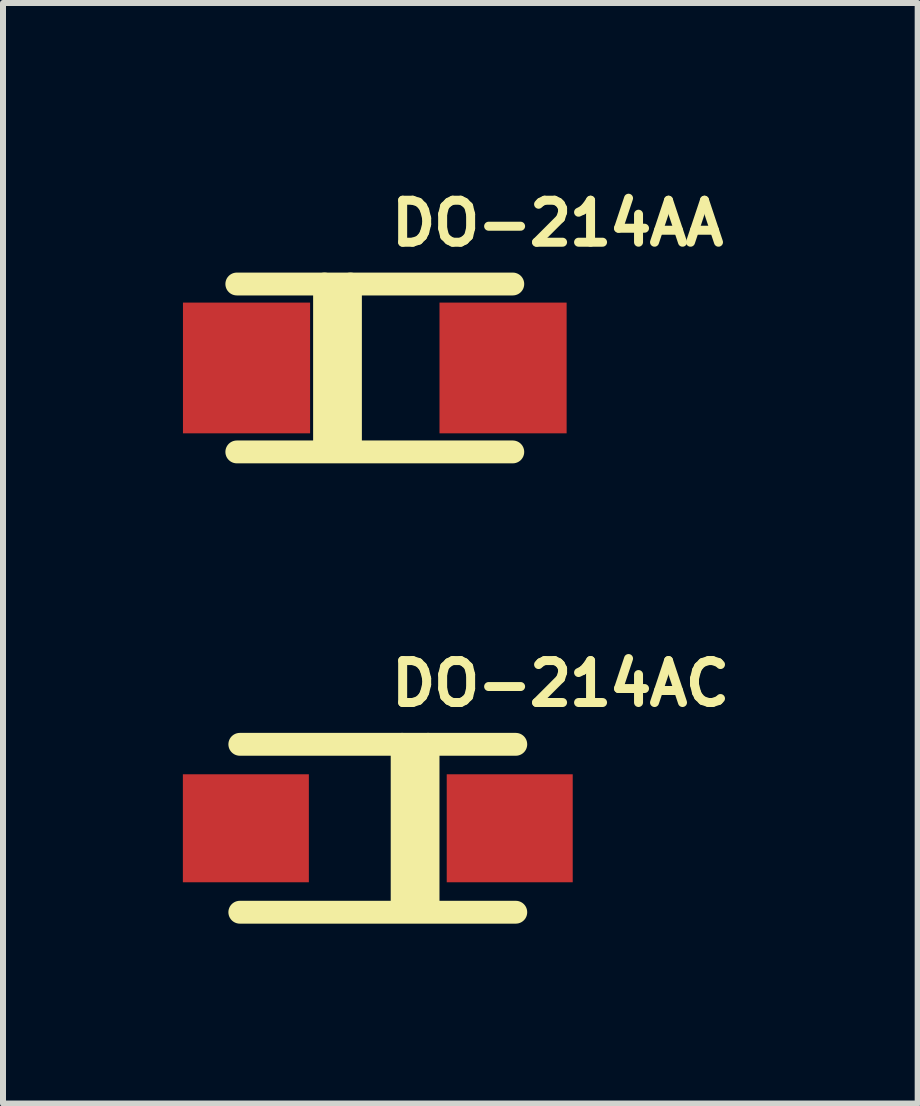
<source format=kicad_pcb>
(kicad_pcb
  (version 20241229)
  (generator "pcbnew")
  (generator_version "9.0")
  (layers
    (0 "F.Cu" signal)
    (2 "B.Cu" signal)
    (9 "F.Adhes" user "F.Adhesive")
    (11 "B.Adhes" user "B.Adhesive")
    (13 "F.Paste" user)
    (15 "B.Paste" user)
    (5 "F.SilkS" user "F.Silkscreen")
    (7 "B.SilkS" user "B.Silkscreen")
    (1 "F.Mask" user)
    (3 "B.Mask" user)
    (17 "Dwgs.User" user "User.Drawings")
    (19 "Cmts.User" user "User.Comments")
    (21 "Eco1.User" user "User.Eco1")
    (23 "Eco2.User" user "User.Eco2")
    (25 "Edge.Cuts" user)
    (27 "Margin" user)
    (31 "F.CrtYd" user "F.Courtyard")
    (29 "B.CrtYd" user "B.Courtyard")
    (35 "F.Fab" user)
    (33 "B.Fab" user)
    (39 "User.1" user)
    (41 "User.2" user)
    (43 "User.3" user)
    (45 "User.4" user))
  (footprint "DO-214AC"
    (layer "F.Cu")
    (at 3.25 10.762)
    (property "Reference" "DO-214AC" (at 3.048 -2.413 0) (layer "F.SilkS") (effects (font (size 0.7 0.7) (thickness 0.15))))
    (attr through_hole)
    (fp_line (start -2.301 1.4) (end 2.301 1.4) (stroke (width 0.381) (type solid)) (layer "F.SilkS"))
    (fp_line (start 0.406 -1.4) (end 0.406 1.3) (stroke (width 0.381) (type solid)) (layer "F.SilkS"))
    (fp_line (start 0.711 -1.346) (end 0.711 1.303) (stroke (width 0.381) (type solid)) (layer "F.SilkS"))
    (fp_line (start 0.838 -1.4) (end 0.838 1.349) (stroke (width 0.381) (type solid)) (layer "F.SilkS"))
    (fp_line (start 2.301 -1.4) (end -2.301 -1.4) (stroke (width 0.381) (type solid)) (layer "F.SilkS"))
    (pad "1" smd rect (at -2.2 0) (size 2.101 1.801) (layers "F.Cu" "F.Mask" "F.Paste"))
    (pad "2" smd rect (at 2.2 0) (size 2.101 1.801) (layers "F.Cu" "F.Mask" "F.Paste")))
  (footprint "DO-214AA"
    (layer "F.Cu")
    (at 3.2 3.086)
    (property "Reference" "DO-214AA" (at 3.048 -2.413 0) (layer "F.SilkS") (effects (font (size 0.7 0.7) (thickness 0.15))))
    (attr through_hole)
    (fp_line (start -2.301 1.4) (end 2.301 1.4) (stroke (width 0.381) (type solid)) (layer "F.SilkS"))
    (fp_line (start -0.838 -1.4) (end -0.838 1.349) (stroke (width 0.381) (type solid)) (layer "F.SilkS"))
    (fp_line (start -0.711 -1.346) (end -0.711 1.303) (stroke (width 0.381) (type solid)) (layer "F.SilkS"))
    (fp_line (start -0.406 -1.4) (end -0.406 1.3) (stroke (width 0.381) (type solid)) (layer "F.SilkS"))
    (fp_line (start 2.301 -1.4) (end -2.301 -1.4) (stroke (width 0.381) (type solid)) (layer "F.SilkS"))
    (pad "1" smd rect (at -2.139 0) (size 2.12 2.18) (layers "F.Cu" "F.Mask" "F.Paste"))
    (pad "2" smd rect (at 2.139 0) (size 2.12 2.18) (layers "F.Cu" "F.Mask" "F.Paste")))
  (gr_rect
    (start -3 -3)
    (end 12.253 15.352)
    (stroke (width 0.1) (type default))
    (fill no)
    (layer "Edge.Cuts")))
</source>
